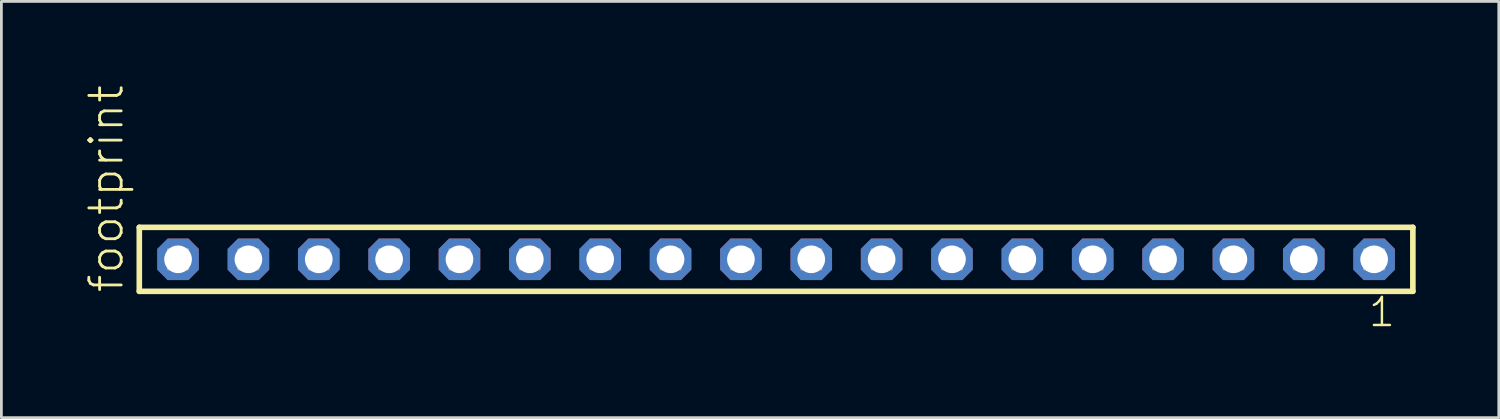
<source format=kicad_pcb>
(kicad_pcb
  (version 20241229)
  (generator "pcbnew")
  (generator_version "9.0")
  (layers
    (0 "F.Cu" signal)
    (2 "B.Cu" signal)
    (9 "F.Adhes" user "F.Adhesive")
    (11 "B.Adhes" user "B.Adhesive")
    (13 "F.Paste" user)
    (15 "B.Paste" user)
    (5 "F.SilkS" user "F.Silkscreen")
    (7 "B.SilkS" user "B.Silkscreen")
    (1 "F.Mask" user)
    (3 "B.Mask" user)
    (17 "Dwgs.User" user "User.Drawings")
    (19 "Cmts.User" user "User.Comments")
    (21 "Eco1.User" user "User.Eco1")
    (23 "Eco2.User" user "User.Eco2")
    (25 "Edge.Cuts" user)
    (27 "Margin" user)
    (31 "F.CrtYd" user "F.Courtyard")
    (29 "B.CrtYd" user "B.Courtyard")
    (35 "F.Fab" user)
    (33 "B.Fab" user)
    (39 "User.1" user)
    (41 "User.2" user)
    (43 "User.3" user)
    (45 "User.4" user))
  (footprint "footprint"
    (layer "F.Cu")
    (at 24.968 6.312)
    (property "Reference" "footprint" (at -23.495 1.27 90) (layer "F.SilkS") (effects (font (size 1.168 1.168) (thickness 0.102)) (justify left bottom)))
    (fp_line (start -22.989 -1.155) (end 22.989 -1.155) (stroke (width 0.203) (type solid)) (layer "F.SilkS"))
    (fp_line (start -22.989 1.155) (end -22.989 -1.155) (stroke (width 0.203) (type solid)) (layer "F.SilkS"))
    (fp_line (start 22.989 -1.155) (end 22.989 1.155) (stroke (width 0.203) (type solid)) (layer "F.SilkS"))
    (fp_line (start 22.989 1.155) (end -22.989 1.155) (stroke (width 0.203) (type solid)) (layer "F.SilkS"))
    (fp_poly (pts (xy -21.94 0.35) (xy -21.24 0.35) (xy -21.24 -0.35) (xy -21.94 -0.35)) (stroke (width 0.1) (type solid)) (fill no) (layer "F.Fab"))
    (fp_poly (pts (xy -19.4 0.35) (xy -18.7 0.35) (xy -18.7 -0.35) (xy -19.4 -0.35)) (stroke (width 0.1) (type solid)) (fill no) (layer "F.Fab"))
    (fp_poly (pts (xy -16.86 0.35) (xy -16.16 0.35) (xy -16.16 -0.35) (xy -16.86 -0.35)) (stroke (width 0.1) (type solid)) (fill no) (layer "F.Fab"))
    (fp_poly (pts (xy -14.32 0.35) (xy -13.62 0.35) (xy -13.62 -0.35) (xy -14.32 -0.35)) (stroke (width 0.1) (type solid)) (fill no) (layer "F.Fab"))
    (fp_poly (pts (xy -11.78 0.35) (xy -11.08 0.35) (xy -11.08 -0.35) (xy -11.78 -0.35)) (stroke (width 0.1) (type solid)) (fill no) (layer "F.Fab"))
    (fp_poly (pts (xy -9.24 0.35) (xy -8.54 0.35) (xy -8.54 -0.35) (xy -9.24 -0.35)) (stroke (width 0.1) (type solid)) (fill no) (layer "F.Fab"))
    (fp_poly (pts (xy -6.7 0.35) (xy -6 0.35) (xy -6 -0.35) (xy -6.7 -0.35)) (stroke (width 0.1) (type solid)) (fill no) (layer "F.Fab"))
    (fp_poly (pts (xy -4.16 0.35) (xy -3.46 0.35) (xy -3.46 -0.35) (xy -4.16 -0.35)) (stroke (width 0.1) (type solid)) (fill no) (layer "F.Fab"))
    (fp_poly (pts (xy -1.62 0.35) (xy -0.92 0.35) (xy -0.92 -0.35) (xy -1.62 -0.35)) (stroke (width 0.1) (type solid)) (fill no) (layer "F.Fab"))
    (fp_poly (pts (xy 0.92 0.35) (xy 1.62 0.35) (xy 1.62 -0.35) (xy 0.92 -0.35)) (stroke (width 0.1) (type solid)) (fill no) (layer "F.Fab"))
    (fp_poly (pts (xy 3.46 0.35) (xy 4.16 0.35) (xy 4.16 -0.35) (xy 3.46 -0.35)) (stroke (width 0.1) (type solid)) (fill no) (layer "F.Fab"))
    (fp_poly (pts (xy 6 0.35) (xy 6.7 0.35) (xy 6.7 -0.35) (xy 6 -0.35)) (stroke (width 0.1) (type solid)) (fill no) (layer "F.Fab"))
    (fp_poly (pts (xy 8.54 0.35) (xy 9.24 0.35) (xy 9.24 -0.35) (xy 8.54 -0.35)) (stroke (width 0.1) (type solid)) (fill no) (layer "F.Fab"))
    (fp_poly (pts (xy 11.08 0.35) (xy 11.78 0.35) (xy 11.78 -0.35) (xy 11.08 -0.35)) (stroke (width 0.1) (type solid)) (fill no) (layer "F.Fab"))
    (fp_poly (pts (xy 13.62 0.35) (xy 14.32 0.35) (xy 14.32 -0.35) (xy 13.62 -0.35)) (stroke (width 0.1) (type solid)) (fill no) (layer "F.Fab"))
    (fp_poly (pts (xy 16.16 0.35) (xy 16.86 0.35) (xy 16.86 -0.35) (xy 16.16 -0.35)) (stroke (width 0.1) (type solid)) (fill no) (layer "F.Fab"))
    (fp_poly (pts (xy 18.7 0.35) (xy 19.4 0.35) (xy 19.4 -0.35) (xy 18.7 -0.35)) (stroke (width 0.1) (type solid)) (fill no) (layer "F.Fab"))
    (fp_poly (pts (xy 21.24 0.35) (xy 21.94 0.35) (xy 21.94 -0.35) (xy 21.24 -0.35)) (stroke (width 0.1) (type solid)) (fill no) (layer "F.Fab"))
    (fp_text user "1" (at 21.332 2.498 0) (layer "F.SilkS") (effects (font (size 1.012 1.012) (thickness 0.088)) (justify left bottom)))
    (pad "1" thru_hole roundrect (at 21.59 0 180) (size 1.5 1.5) (drill 1) (layers "*.Cu" "*.Mask") (roundrect_rratio 0.25) (chamfer_ratio 0.25) (chamfer top_left top_right bottom_left bottom_right))
    (pad "2" thru_hole roundrect (at 19.05 0 180) (size 1.5 1.5) (drill 1) (layers "*.Cu" "*.Mask") (roundrect_rratio 0.25) (chamfer_ratio 0.25) (chamfer top_left top_right bottom_left bottom_right))
    (pad "3" thru_hole roundrect (at 16.51 0 180) (size 1.5 1.5) (drill 1) (layers "*.Cu" "*.Mask") (roundrect_rratio 0.25) (chamfer_ratio 0.25) (chamfer top_left top_right bottom_left bottom_right))
    (pad "4" thru_hole roundrect (at 13.97 0 180) (size 1.5 1.5) (drill 1) (layers "*.Cu" "*.Mask") (roundrect_rratio 0.25) (chamfer_ratio 0.25) (chamfer top_left top_right bottom_left bottom_right))
    (pad "5" thru_hole roundrect (at 11.43 0 180) (size 1.5 1.5) (drill 1) (layers "*.Cu" "*.Mask") (roundrect_rratio 0.25) (chamfer_ratio 0.25) (chamfer top_left top_right bottom_left bottom_right))
    (pad "6" thru_hole roundrect (at 8.89 0 180) (size 1.5 1.5) (drill 1) (layers "*.Cu" "*.Mask") (roundrect_rratio 0.25) (chamfer_ratio 0.25) (chamfer top_left top_right bottom_left bottom_right))
    (pad "7" thru_hole roundrect (at 6.35 0 180) (size 1.5 1.5) (drill 1) (layers "*.Cu" "*.Mask") (roundrect_rratio 0.25) (chamfer_ratio 0.25) (chamfer top_left top_right bottom_left bottom_right))
    (pad "8" thru_hole roundrect (at 3.81 0 180) (size 1.5 1.5) (drill 1) (layers "*.Cu" "*.Mask") (roundrect_rratio 0.25) (chamfer_ratio 0.25) (chamfer top_left top_right bottom_left bottom_right))
    (pad "9" thru_hole roundrect (at 1.27 0 180) (size 1.5 1.5) (drill 1) (layers "*.Cu" "*.Mask") (roundrect_rratio 0.25) (chamfer_ratio 0.25) (chamfer top_left top_right bottom_left bottom_right))
    (pad "10" thru_hole roundrect (at -1.27 0 180) (size 1.5 1.5) (drill 1) (layers "*.Cu" "*.Mask") (roundrect_rratio 0.25) (chamfer_ratio 0.25) (chamfer top_left top_right bottom_left bottom_right))
    (pad "11" thru_hole roundrect (at -3.81 0 180) (size 1.5 1.5) (drill 1) (layers "*.Cu" "*.Mask") (roundrect_rratio 0.25) (chamfer_ratio 0.25) (chamfer top_left top_right bottom_left bottom_right))
    (pad "12" thru_hole roundrect (at -6.35 0 180) (size 1.5 1.5) (drill 1) (layers "*.Cu" "*.Mask") (roundrect_rratio 0.25) (chamfer_ratio 0.25) (chamfer top_left top_right bottom_left bottom_right))
    (pad "13" thru_hole roundrect (at -8.89 0 180) (size 1.5 1.5) (drill 1) (layers "*.Cu" "*.Mask") (roundrect_rratio 0.25) (chamfer_ratio 0.25) (chamfer top_left top_right bottom_left bottom_right))
    (pad "14" thru_hole roundrect (at -11.43 0 180) (size 1.5 1.5) (drill 1) (layers "*.Cu" "*.Mask") (roundrect_rratio 0.25) (chamfer_ratio 0.25) (chamfer top_left top_right bottom_left bottom_right))
    (pad "15" thru_hole roundrect (at -13.97 0 180) (size 1.5 1.5) (drill 1) (layers "*.Cu" "*.Mask") (roundrect_rratio 0.25) (chamfer_ratio 0.25) (chamfer top_left top_right bottom_left bottom_right))
    (pad "16" thru_hole roundrect (at -16.51 0 180) (size 1.5 1.5) (drill 1) (layers "*.Cu" "*.Mask") (roundrect_rratio 0.25) (chamfer_ratio 0.25) (chamfer top_left top_right bottom_left bottom_right))
    (pad "17" thru_hole roundrect (at -19.05 0 180) (size 1.5 1.5) (drill 1) (layers "*.Cu" "*.Mask") (roundrect_rratio 0.25) (chamfer_ratio 0.25) (chamfer top_left top_right bottom_left bottom_right))
    (pad "18" thru_hole roundrect (at -21.59 0 180) (size 1.5 1.5) (drill 1) (layers "*.Cu" "*.Mask") (roundrect_rratio 0.25) (chamfer_ratio 0.25) (chamfer top_left top_right bottom_left bottom_right)))
  (gr_rect
    (start -3 -3)
    (end 51.059 12.027)
    (stroke (width 0.1) (type default))
    (fill no)
    (layer "Edge.Cuts")))
</source>
